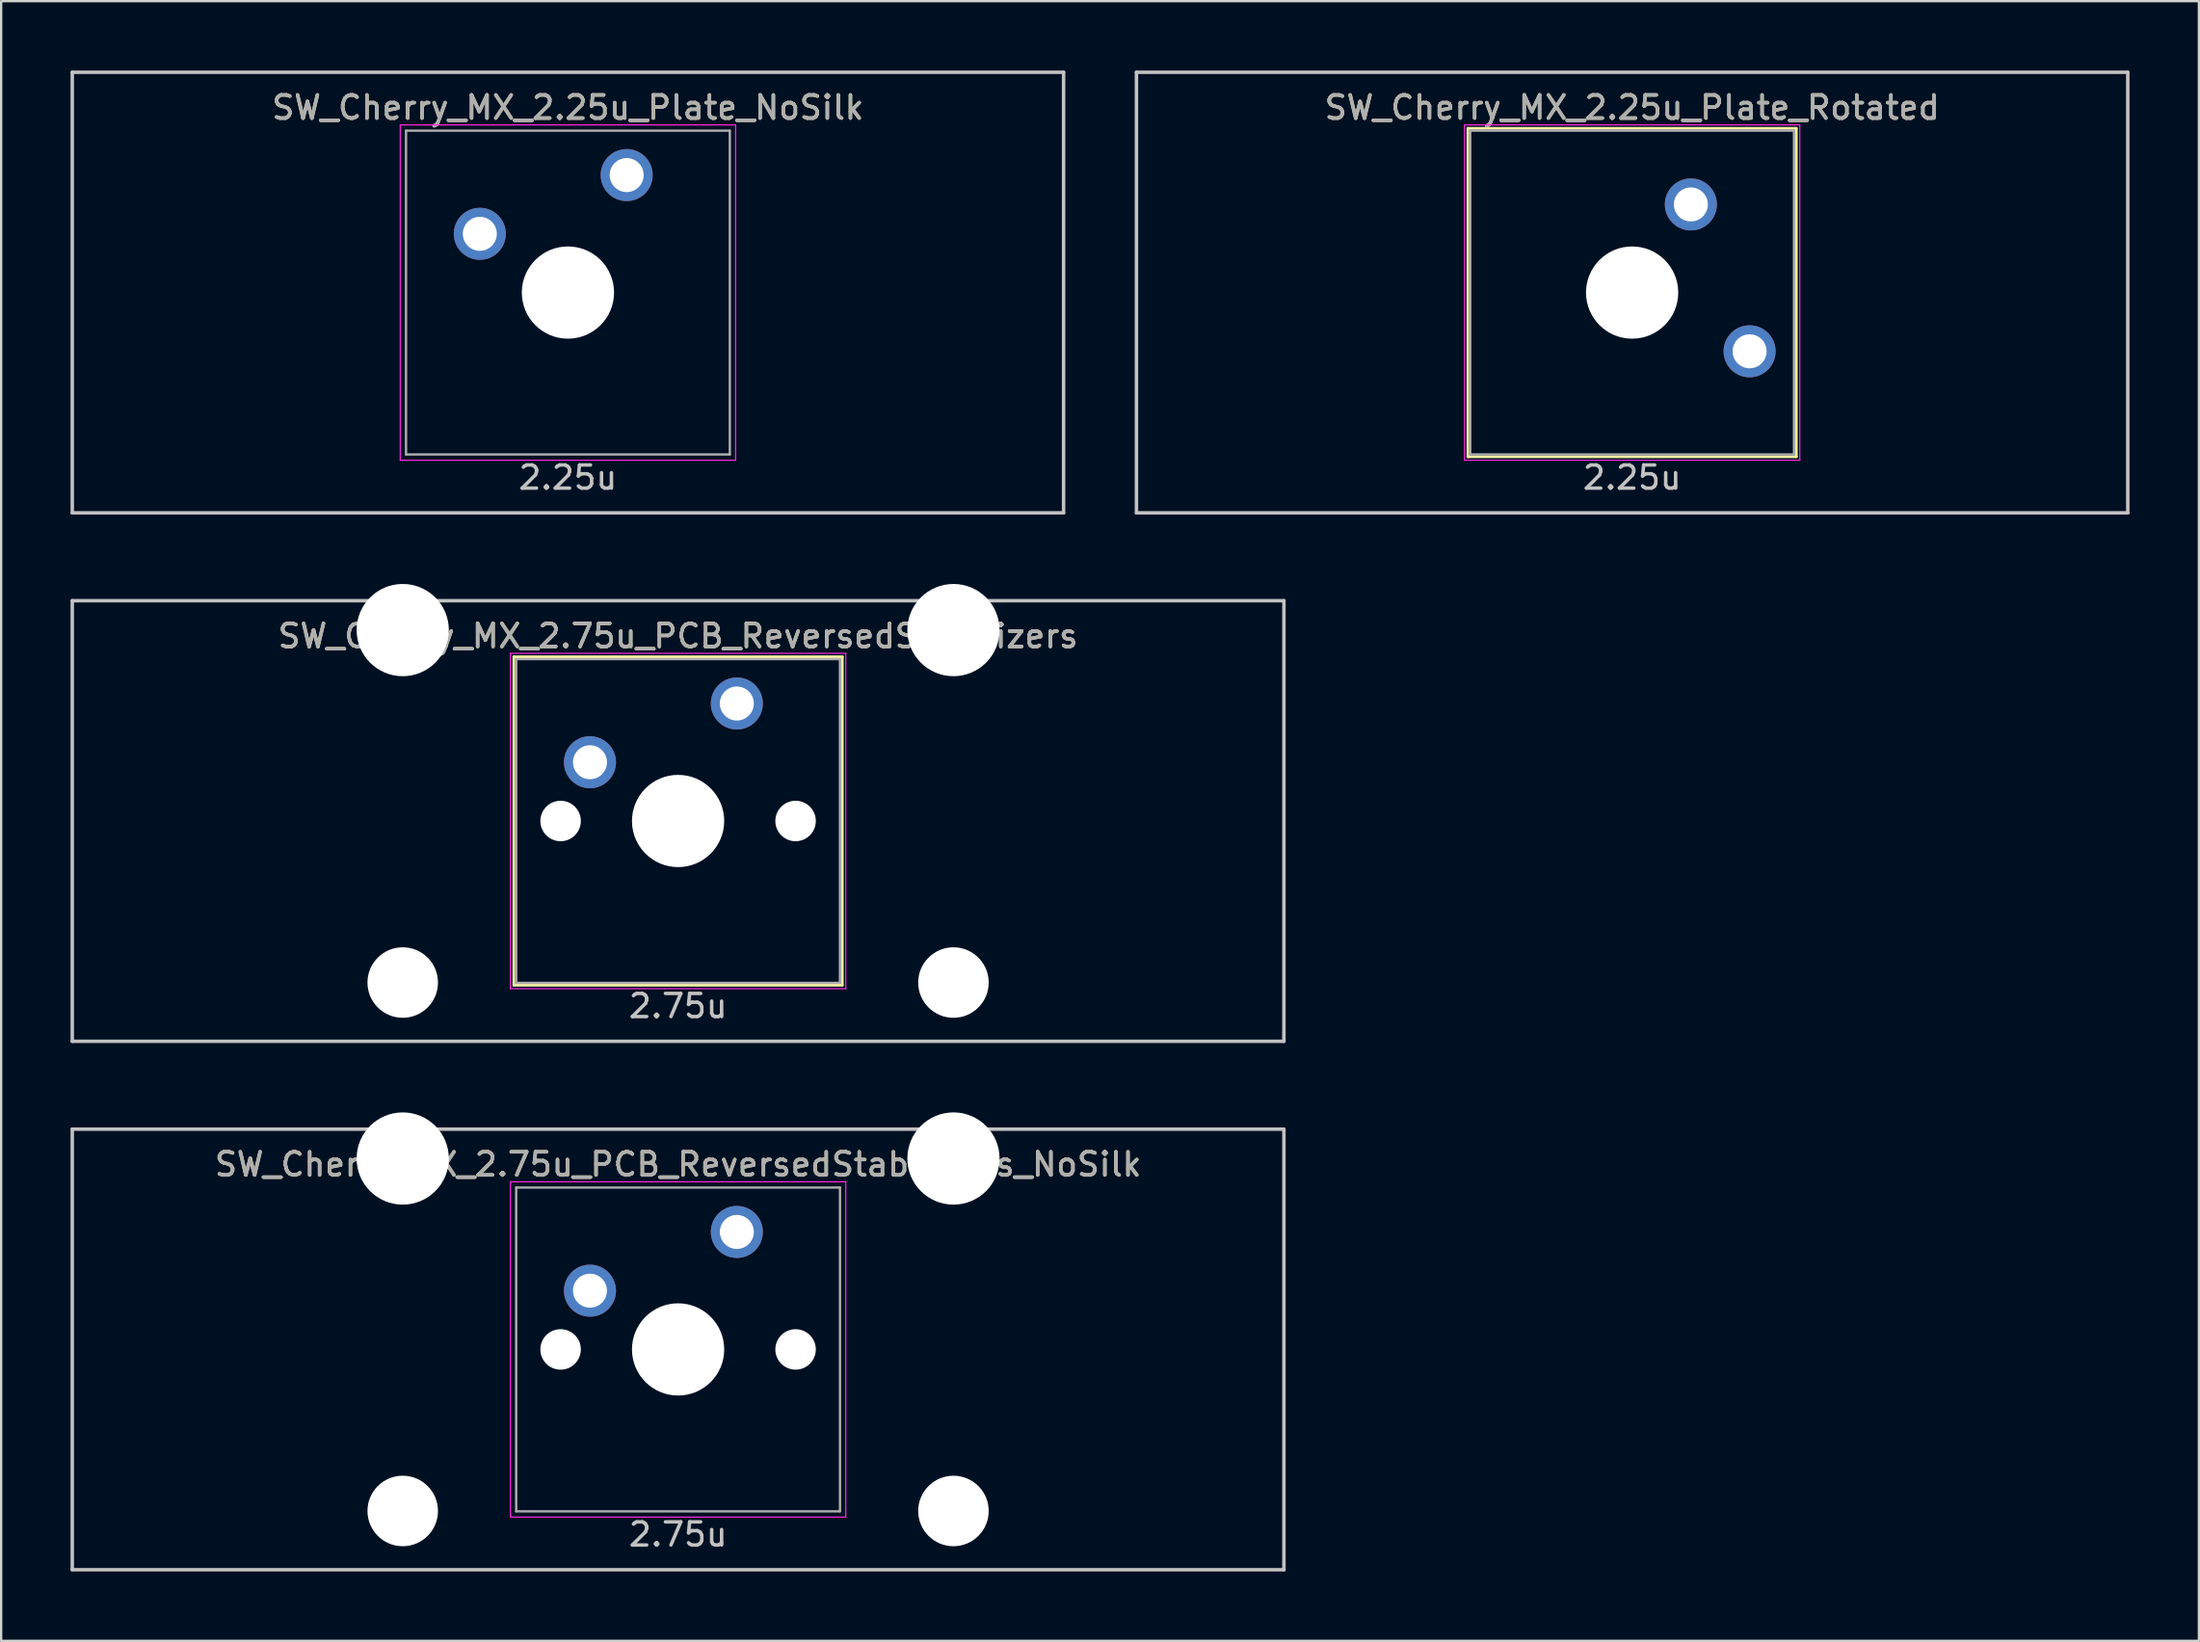
<source format=kicad_pcb>
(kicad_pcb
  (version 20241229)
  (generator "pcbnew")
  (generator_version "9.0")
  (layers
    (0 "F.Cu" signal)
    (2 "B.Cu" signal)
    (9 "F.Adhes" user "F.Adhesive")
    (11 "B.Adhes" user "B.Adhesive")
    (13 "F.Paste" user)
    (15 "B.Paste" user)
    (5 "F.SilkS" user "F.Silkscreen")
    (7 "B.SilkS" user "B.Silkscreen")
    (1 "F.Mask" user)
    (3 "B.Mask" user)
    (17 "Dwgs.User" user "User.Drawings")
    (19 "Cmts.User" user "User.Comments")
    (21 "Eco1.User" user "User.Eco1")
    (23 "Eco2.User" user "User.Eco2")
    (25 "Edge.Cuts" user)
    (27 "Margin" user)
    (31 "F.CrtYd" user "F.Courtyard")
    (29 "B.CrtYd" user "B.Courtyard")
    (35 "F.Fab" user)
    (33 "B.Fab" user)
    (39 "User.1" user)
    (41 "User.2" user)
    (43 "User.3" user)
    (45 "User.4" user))
  (footprint "SW_Cherry_MX_2.25u_Plate_Rotated"
    (layer "F.Cu")
    (at 67.519 9.6)
    (property "Reference" "SW_Cherry_MX_2.25u_Plate_Rotated" (at 0 -8 0) (layer "F.SilkS") (effects (font (size 1 1) (thickness 0.15))))
    (attr through_hole)
    (fp_line (start -7.1 -7.1) (end 7.1 -7.1) (stroke (width 0.12) (type solid)) (layer "F.SilkS"))
    (fp_line (start -7.1 7.1) (end -7.1 -7.1) (stroke (width 0.12) (type solid)) (layer "F.SilkS"))
    (fp_line (start 7.1 -7.1) (end 7.1 7.1) (stroke (width 0.12) (type solid)) (layer "F.SilkS"))
    (fp_line (start 7.1 7.1) (end -7.1 7.1) (stroke (width 0.12) (type solid)) (layer "F.SilkS"))
    (fp_line (start -21.431 9.525) (end -21.431 -9.525) (stroke (width 0.15) (type solid)) (layer "Dwgs.User"))
    (fp_line (start 21.431 -9.525) (end -21.431 -9.525) (stroke (width 0.15) (type solid)) (layer "Dwgs.User"))
    (fp_line (start 21.431 -9.525) (end 21.431 9.525) (stroke (width 0.15) (type solid)) (layer "Dwgs.User"))
    (fp_line (start 21.431 9.525) (end -21.431 9.525) (stroke (width 0.15) (type solid)) (layer "Dwgs.User"))
    (fp_line (start -7.25 -7.25) (end 7.25 -7.25) (stroke (width 0.05) (type solid)) (layer "F.CrtYd"))
    (fp_line (start -7.25 7.25) (end -7.25 -7.25) (stroke (width 0.05) (type solid)) (layer "F.CrtYd"))
    (fp_line (start 7.25 -7.25) (end 7.25 7.25) (stroke (width 0.05) (type solid)) (layer "F.CrtYd"))
    (fp_line (start 7.25 7.25) (end -7.25 7.25) (stroke (width 0.05) (type solid)) (layer "F.CrtYd"))
    (fp_line (start -7 -7) (end 7 -7) (stroke (width 0.1) (type solid)) (layer "F.Fab"))
    (fp_line (start -7 7) (end -7 -7) (stroke (width 0.1) (type solid)) (layer "F.Fab"))
    (fp_line (start 7 -7) (end 7 7) (stroke (width 0.1) (type solid)) (layer "F.Fab"))
    (fp_line (start 7 7) (end -7 7) (stroke (width 0.1) (type solid)) (layer "F.Fab"))
    (fp_text user "2.25u" (at 0 8 0) (layer "Dwgs.User") (effects (font (size 1 1) (thickness 0.15))))
    (fp_text user "${REFERENCE}" (at 0 -8 0) (layer "F.Fab") (effects (font (size 1 1) (thickness 0.15))))
    (pad "" np_thru_hole circle (at 0 0 270) (size 3.988 3.988) (drill 3.988) (layers "*.Cu" "*.Mask"))
    (pad "1" thru_hole circle (at 2.54 -3.81 270) (size 2.25 2.25) (drill 1.47) (layers "*.Cu" "B.Mask"))
    (pad "2" thru_hole circle (at 5.08 2.54 270) (size 2.25 2.25) (drill 1.47) (layers "*.Cu" "B.Mask")))
  (footprint "SW_Cherry_MX_2.75u_PCB_ReversedStabilizers"
    (layer "F.Cu")
    (at 26.269 32.449)
    (property "Reference" "SW_Cherry_MX_2.75u_PCB_ReversedStabilizers" (at 0 -8 0) (layer "F.SilkS") (effects (font (size 1 1) (thickness 0.15))))
    (attr through_hole)
    (fp_line (start -7.1 -7.1) (end 7.1 -7.1) (stroke (width 0.12) (type solid)) (layer "F.SilkS"))
    (fp_line (start -7.1 7.1) (end -7.1 -7.1) (stroke (width 0.12) (type solid)) (layer "F.SilkS"))
    (fp_line (start 7.1 -7.1) (end 7.1 7.1) (stroke (width 0.12) (type solid)) (layer "F.SilkS"))
    (fp_line (start 7.1 7.1) (end -7.1 7.1) (stroke (width 0.12) (type solid)) (layer "F.SilkS"))
    (fp_line (start -26.194 -9.525) (end 26.194 -9.525) (stroke (width 0.15) (type solid)) (layer "Dwgs.User"))
    (fp_line (start -26.194 9.525) (end -26.194 -9.525) (stroke (width 0.15) (type solid)) (layer "Dwgs.User"))
    (fp_line (start -26.194 9.525) (end 26.194 9.525) (stroke (width 0.15) (type solid)) (layer "Dwgs.User"))
    (fp_line (start 26.194 -9.525) (end 26.194 9.525) (stroke (width 0.15) (type solid)) (layer "Dwgs.User"))
    (fp_line (start -7.25 -7.25) (end 7.25 -7.25) (stroke (width 0.05) (type solid)) (layer "F.CrtYd"))
    (fp_line (start -7.25 7.25) (end -7.25 -7.25) (stroke (width 0.05) (type solid)) (layer "F.CrtYd"))
    (fp_line (start 7.25 -7.25) (end 7.25 7.25) (stroke (width 0.05) (type solid)) (layer "F.CrtYd"))
    (fp_line (start 7.25 7.25) (end -7.25 7.25) (stroke (width 0.05) (type solid)) (layer "F.CrtYd"))
    (fp_line (start -7 -7) (end 7 -7) (stroke (width 0.1) (type solid)) (layer "F.Fab"))
    (fp_line (start -7 7) (end -7 -7) (stroke (width 0.1) (type solid)) (layer "F.Fab"))
    (fp_line (start 7 -7) (end 7 7) (stroke (width 0.1) (type solid)) (layer "F.Fab"))
    (fp_line (start 7 7) (end -7 7) (stroke (width 0.1) (type solid)) (layer "F.Fab"))
    (fp_text user "2.75u" (at 0 8 0) (layer "Dwgs.User") (effects (font (size 1 1) (thickness 0.15))))
    (fp_text user "${REFERENCE}" (at 0 -8 0) (layer "F.Fab") (effects (font (size 1 1) (thickness 0.15))))
    (pad "" np_thru_hole circle (at -11.906 -8.255) (size 3.988 3.988) (drill 3.988) (layers "*.Cu" "*.Mask"))
    (pad "" np_thru_hole circle (at -11.906 6.985) (size 3.048 3.048) (drill 3.048) (layers "*.Cu" "*.Mask"))
    (pad "" np_thru_hole circle (at -5.08 0 48.1) (size 1.75 1.75) (drill 1.75) (layers "*.Cu" "*.Mask"))
    (pad "" np_thru_hole circle (at 0 0) (size 3.988 3.988) (drill 3.988) (layers "*.Cu" "*.Mask"))
    (pad "" np_thru_hole circle (at 5.08 0 48.1) (size 1.75 1.75) (drill 1.75) (layers "*.Cu" "*.Mask"))
    (pad "" np_thru_hole circle (at 11.906 -8.255) (size 3.988 3.988) (drill 3.988) (layers "*.Cu" "*.Mask"))
    (pad "" np_thru_hole circle (at 11.906 6.985) (size 3.048 3.048) (drill 3.048) (layers "*.Cu" "*.Mask"))
    (pad "1" thru_hole circle (at -3.81 -2.54) (size 2.25 2.25) (drill 1.47) (layers "*.Cu" "B.Mask"))
    (pad "2" thru_hole circle (at 2.54 -5.08) (size 2.25 2.25) (drill 1.47) (layers "*.Cu" "B.Mask")))
  (footprint "SW_Cherry_MX_2.25u_Plate_NoSilk"
    (layer "F.Cu")
    (at 21.506 9.6)
    (property "Reference" "SW_Cherry_MX_2.25u_Plate_NoSilk" (at 0 -8 0) (layer "F.SilkS") (effects (font (size 1 1) (thickness 0.15))))
    (attr through_hole)
    (fp_line (start -21.431 -9.525) (end 21.431 -9.525) (stroke (width 0.15) (type solid)) (layer "Dwgs.User"))
    (fp_line (start -21.431 9.525) (end -21.431 -9.525) (stroke (width 0.15) (type solid)) (layer "Dwgs.User"))
    (fp_line (start -21.431 9.525) (end 21.431 9.525) (stroke (width 0.15) (type solid)) (layer "Dwgs.User"))
    (fp_line (start 21.431 -9.525) (end 21.431 9.525) (stroke (width 0.15) (type solid)) (layer "Dwgs.User"))
    (fp_line (start -7.25 -7.25) (end 7.25 -7.25) (stroke (width 0.05) (type solid)) (layer "F.CrtYd"))
    (fp_line (start -7.25 7.25) (end -7.25 -7.25) (stroke (width 0.05) (type solid)) (layer "F.CrtYd"))
    (fp_line (start 7.25 -7.25) (end 7.25 7.25) (stroke (width 0.05) (type solid)) (layer "F.CrtYd"))
    (fp_line (start 7.25 7.25) (end -7.25 7.25) (stroke (width 0.05) (type solid)) (layer "F.CrtYd"))
    (fp_line (start -7 -7) (end 7 -7) (stroke (width 0.1) (type solid)) (layer "F.Fab"))
    (fp_line (start -7 7) (end -7 -7) (stroke (width 0.1) (type solid)) (layer "F.Fab"))
    (fp_line (start 7 -7) (end 7 7) (stroke (width 0.1) (type solid)) (layer "F.Fab"))
    (fp_line (start 7 7) (end -7 7) (stroke (width 0.1) (type solid)) (layer "F.Fab"))
    (fp_text user "2.25u" (at 0 8 0) (layer "Dwgs.User") (effects (font (size 1 1) (thickness 0.15))))
    (fp_text user "${REFERENCE}" (at 0 -8 0) (layer "F.Fab") (effects (font (size 1 1) (thickness 0.15))))
    (pad "" np_thru_hole circle (at 0 0) (size 3.988 3.988) (drill 3.988) (layers "*.Cu" "*.Mask"))
    (pad "1" thru_hole circle (at -3.81 -2.54) (size 2.25 2.25) (drill 1.47) (layers "*.Cu" "B.Mask"))
    (pad "2" thru_hole circle (at 2.54 -5.08) (size 2.25 2.25) (drill 1.47) (layers "*.Cu" "B.Mask")))
  (footprint "SW_Cherry_MX_2.75u_PCB_ReversedStabilizers_NoSilk"
    (layer "F.Cu")
    (at 26.269 55.298)
    (property "Reference" "SW_Cherry_MX_2.75u_PCB_ReversedStabilizers_NoSilk" (at 0 -8 0) (layer "F.SilkS") (effects (font (size 1 1) (thickness 0.15))))
    (attr through_hole)
    (fp_line (start -26.194 -9.525) (end 26.194 -9.525) (stroke (width 0.15) (type solid)) (layer "Dwgs.User"))
    (fp_line (start -26.194 9.525) (end -26.194 -9.525) (stroke (width 0.15) (type solid)) (layer "Dwgs.User"))
    (fp_line (start -26.194 9.525) (end 26.194 9.525) (stroke (width 0.15) (type solid)) (layer "Dwgs.User"))
    (fp_line (start 26.194 -9.525) (end 26.194 9.525) (stroke (width 0.15) (type solid)) (layer "Dwgs.User"))
    (fp_line (start -7.25 -7.25) (end 7.25 -7.25) (stroke (width 0.05) (type solid)) (layer "F.CrtYd"))
    (fp_line (start -7.25 7.25) (end -7.25 -7.25) (stroke (width 0.05) (type solid)) (layer "F.CrtYd"))
    (fp_line (start 7.25 -7.25) (end 7.25 7.25) (stroke (width 0.05) (type solid)) (layer "F.CrtYd"))
    (fp_line (start 7.25 7.25) (end -7.25 7.25) (stroke (width 0.05) (type solid)) (layer "F.CrtYd"))
    (fp_line (start -7 -7) (end 7 -7) (stroke (width 0.1) (type solid)) (layer "F.Fab"))
    (fp_line (start -7 7) (end -7 -7) (stroke (width 0.1) (type solid)) (layer "F.Fab"))
    (fp_line (start 7 -7) (end 7 7) (stroke (width 0.1) (type solid)) (layer "F.Fab"))
    (fp_line (start 7 7) (end -7 7) (stroke (width 0.1) (type solid)) (layer "F.Fab"))
    (fp_text user "2.75u" (at 0 8 0) (layer "Dwgs.User") (effects (font (size 1 1) (thickness 0.15))))
    (fp_text user "${REFERENCE}" (at 0 -8 0) (layer "F.Fab") (effects (font (size 1 1) (thickness 0.15))))
    (pad "" np_thru_hole circle (at -11.906 -8.255) (size 3.988 3.988) (drill 3.988) (layers "*.Cu" "*.Mask"))
    (pad "" np_thru_hole circle (at -11.906 6.985) (size 3.048 3.048) (drill 3.048) (layers "*.Cu" "*.Mask"))
    (pad "" np_thru_hole circle (at -5.08 0 48.1) (size 1.75 1.75) (drill 1.75) (layers "*.Cu" "*.Mask"))
    (pad "" np_thru_hole circle (at 0 0) (size 3.988 3.988) (drill 3.988) (layers "*.Cu" "*.Mask"))
    (pad "" np_thru_hole circle (at 5.08 0 48.1) (size 1.75 1.75) (drill 1.75) (layers "*.Cu" "*.Mask"))
    (pad "" np_thru_hole circle (at 11.906 -8.255) (size 3.988 3.988) (drill 3.988) (layers "*.Cu" "*.Mask"))
    (pad "" np_thru_hole circle (at 11.906 6.985) (size 3.048 3.048) (drill 3.048) (layers "*.Cu" "*.Mask"))
    (pad "1" thru_hole circle (at -3.81 -2.54) (size 2.25 2.25) (drill 1.47) (layers "*.Cu" "B.Mask"))
    (pad "2" thru_hole circle (at 2.54 -5.08) (size 2.25 2.25) (drill 1.47) (layers "*.Cu" "B.Mask")))
  (gr_rect
    (start -3 -3)
    (end 92.025 67.898)
    (stroke (width 0.1) (type default))
    (fill no)
    (layer "Edge.Cuts")))
</source>
